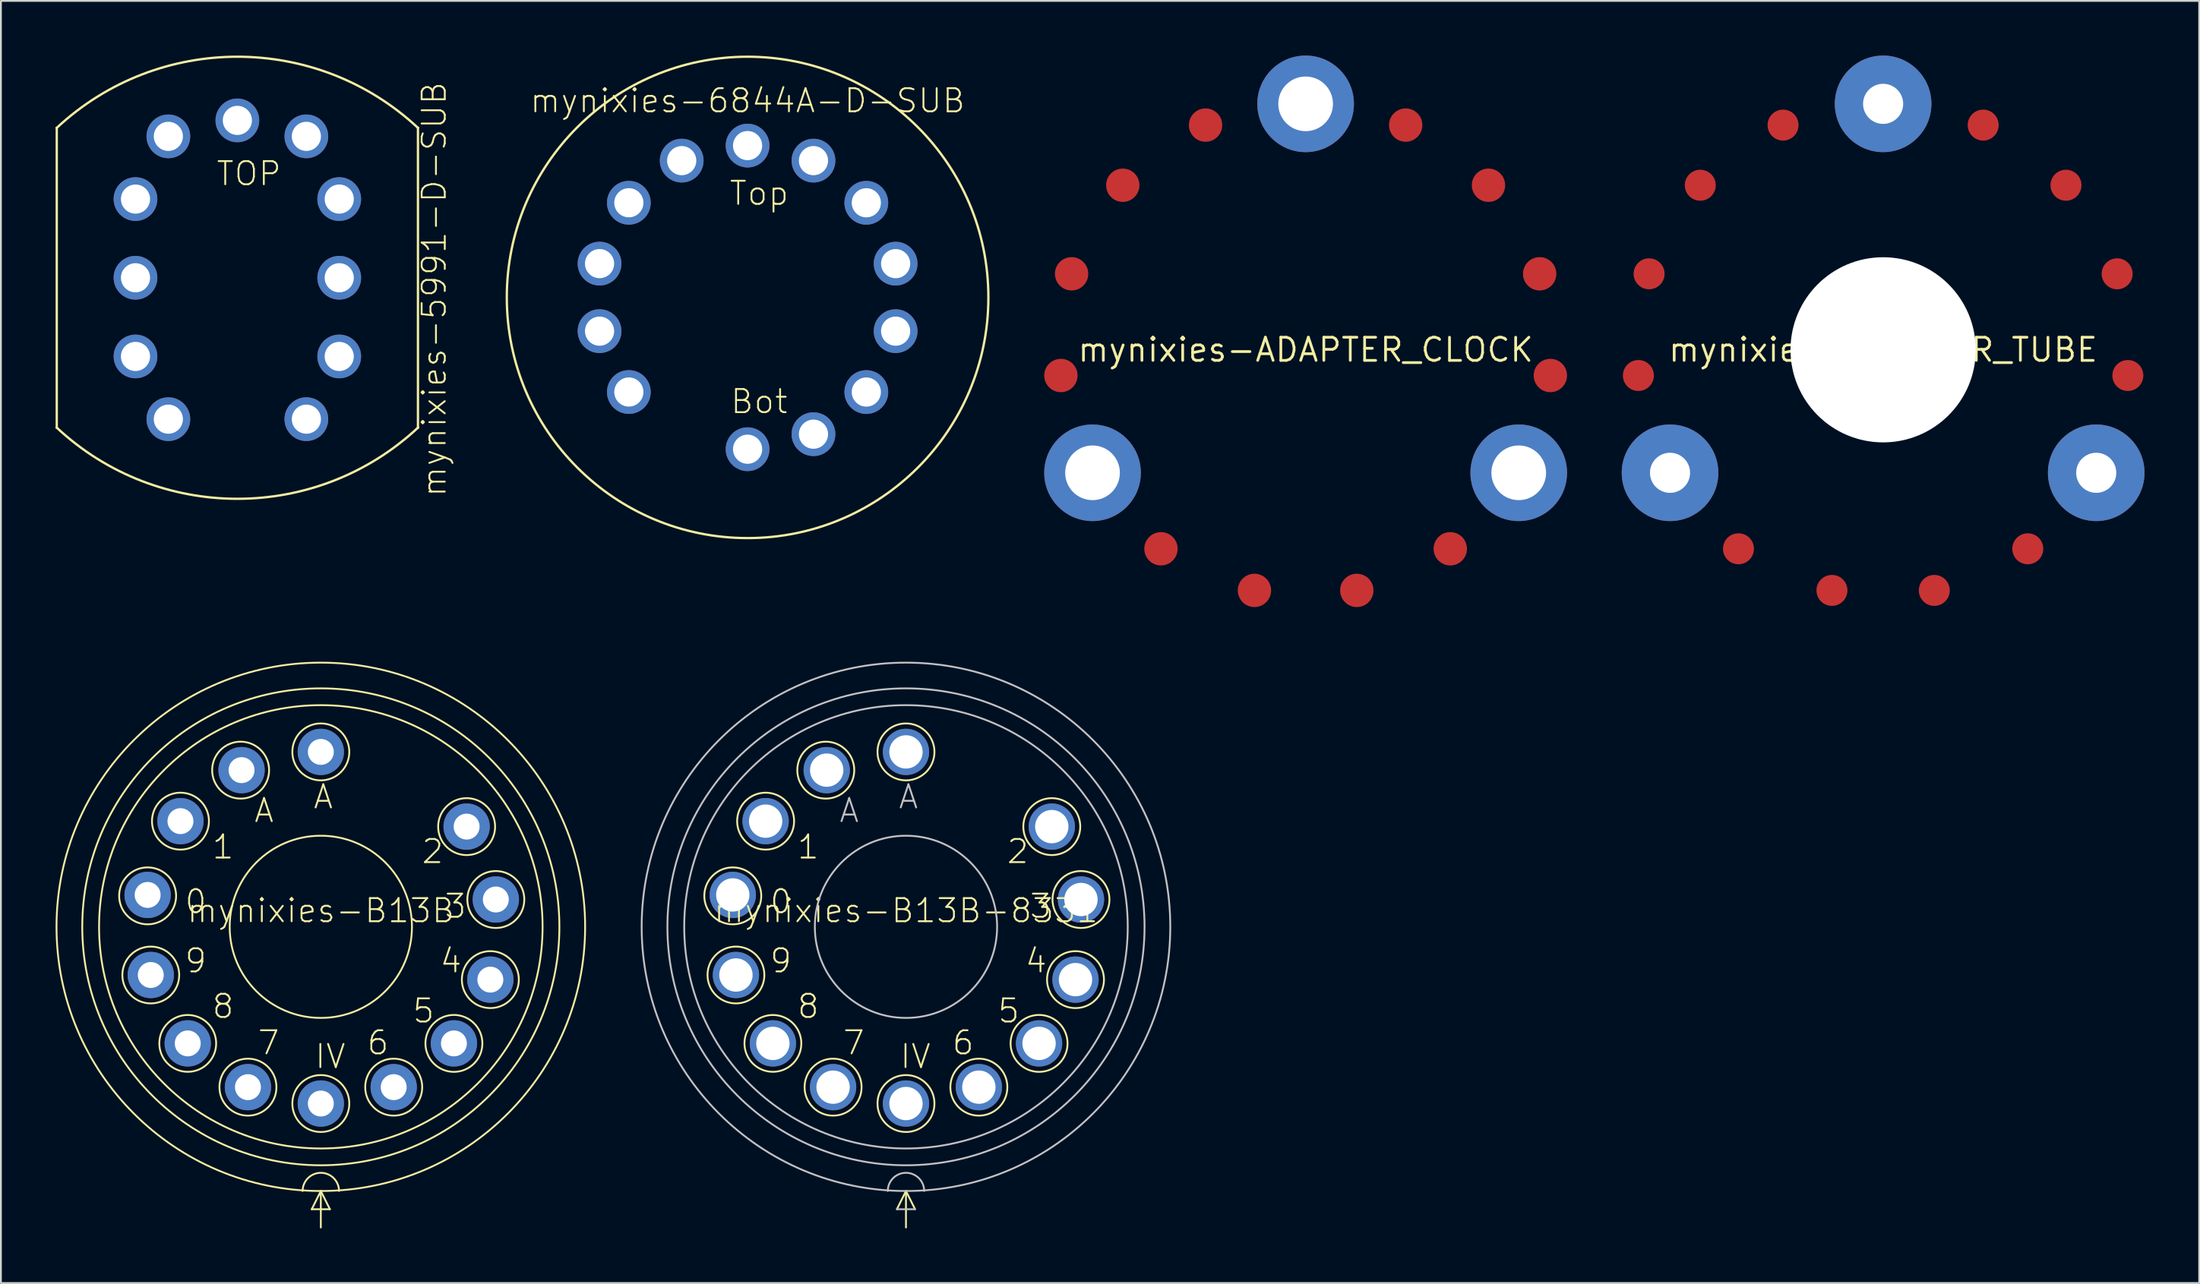
<source format=kicad_pcb>
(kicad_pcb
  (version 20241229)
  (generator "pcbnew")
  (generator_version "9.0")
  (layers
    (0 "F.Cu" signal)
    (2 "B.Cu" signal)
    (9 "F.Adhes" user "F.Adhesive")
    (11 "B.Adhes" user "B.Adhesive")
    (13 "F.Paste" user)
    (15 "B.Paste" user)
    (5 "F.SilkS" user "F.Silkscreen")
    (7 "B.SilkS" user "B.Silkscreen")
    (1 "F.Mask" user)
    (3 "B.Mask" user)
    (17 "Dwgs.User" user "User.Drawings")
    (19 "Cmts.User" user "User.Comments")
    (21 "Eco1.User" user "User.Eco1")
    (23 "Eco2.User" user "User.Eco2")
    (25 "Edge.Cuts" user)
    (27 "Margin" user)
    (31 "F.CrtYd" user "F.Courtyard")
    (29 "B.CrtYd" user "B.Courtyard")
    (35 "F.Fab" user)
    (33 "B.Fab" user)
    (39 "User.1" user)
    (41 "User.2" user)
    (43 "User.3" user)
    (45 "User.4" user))
  (footprint "mynixies-ADAPTER_CLOCK"
    (layer "F.Cu")
    (at 68.567 16.147)
    (property "Reference" "mynixies-ADAPTER_CLOCK" (at 0 0 0) (layer "F.SilkS") (effects (font (size 1.27 1.27) (thickness 0.15))))
    (attr smd)
    (pad "P$1" thru_hole circle (at 0 -13.498) (size 5.298 5.298) (drill 3) (layers "*.Cu" "*.Mask"))
    (pad "P$2" thru_hole circle (at -11.689 6.749) (size 5.298 5.298) (drill 3) (layers "*.Cu" "*.Mask"))
    (pad "P$3" thru_hole circle (at 11.689 6.749) (size 5.298 5.298) (drill 3) (layers "*.Cu" "*.Mask"))
    (pad "P$4" smd circle (at 12.837 -4.171) (size 1.829 1.829) (layers "F.Cu" "F.Mask" "F.Paste"))
    (pad "P$5" smd circle (at 10.03 -9.032) (size 1.829 1.829) (layers "F.Cu" "F.Mask" "F.Paste"))
    (pad "P$6" smd circle (at 5.489 -12.332) (size 1.829 1.829) (layers "F.Cu" "F.Mask" "F.Paste"))
    (pad "P$7" smd circle (at -5.489 -12.332) (size 1.829 1.829) (layers "F.Cu" "F.Mask" "F.Paste"))
    (pad "P$8" smd circle (at -10.03 -9.032) (size 1.829 1.829) (layers "F.Cu" "F.Mask" "F.Paste"))
    (pad "P$9" smd circle (at -12.837 -4.171) (size 1.829 1.829) (layers "F.Cu" "F.Mask" "F.Paste"))
    (pad "P$10" smd circle (at -13.424 1.41) (size 1.829 1.829) (layers "F.Cu" "F.Mask" "F.Paste"))
    (pad "P$11" smd circle (at -7.935 10.919) (size 1.829 1.829) (layers "F.Cu" "F.Mask" "F.Paste"))
    (pad "P$12" smd circle (at -2.807 13.203) (size 1.829 1.829) (layers "F.Cu" "F.Mask" "F.Paste"))
    (pad "P$13" smd circle (at 2.807 13.203) (size 1.829 1.829) (layers "F.Cu" "F.Mask" "F.Paste"))
    (pad "P$14" smd circle (at 7.935 10.919) (size 1.829 1.829) (layers "F.Cu" "F.Mask" "F.Paste"))
    (pad "P$15" smd circle (at 13.424 1.41) (size 1.829 1.829) (layers "F.Cu" "F.Mask" "F.Paste")))
  (footprint "mynixies-ADAPTER_TUBE"
    (layer "F.Cu")
    (at 100.244 16.147)
    (property "Reference" "mynixies-ADAPTER_TUBE" (at 0 0 0) (layer "F.SilkS") (effects (font (size 1.27 1.27) (thickness 0.15))))
    (attr smd)
    (pad "" np_thru_hole circle (at 0 0) (size 10.16 10.16) (drill 10.16) (layers "*.Cu" "*.Mask"))
    (pad "P$1" thru_hole circle (at 0 -13.498) (size 5.298 5.298) (drill 2.2) (layers "*.Cu" "*.Mask"))
    (pad "P$2" thru_hole circle (at -11.689 6.749) (size 5.298 5.298) (drill 2.2) (layers "*.Cu" "*.Mask"))
    (pad "P$3" thru_hole circle (at 11.689 6.749) (size 5.298 5.298) (drill 2.2) (layers "*.Cu" "*.Mask"))
    (pad "P$4" smd circle (at 12.837 -4.171) (size 1.699 1.699) (layers "F.Cu" "F.Mask" "F.Paste"))
    (pad "P$5" smd circle (at 10.03 -9.032) (size 1.699 1.699) (layers "F.Cu" "F.Mask" "F.Paste"))
    (pad "P$6" smd circle (at 5.489 -12.332) (size 1.699 1.699) (layers "F.Cu" "F.Mask" "F.Paste"))
    (pad "P$7" smd circle (at -5.489 -12.332) (size 1.699 1.699) (layers "F.Cu" "F.Mask" "F.Paste"))
    (pad "P$8" smd circle (at -10.03 -9.032) (size 1.699 1.699) (layers "F.Cu" "F.Mask" "F.Paste"))
    (pad "P$9" smd circle (at -12.837 -4.171) (size 1.699 1.699) (layers "F.Cu" "F.Mask" "F.Paste"))
    (pad "P$10" smd circle (at -13.424 1.41) (size 1.699 1.699) (layers "F.Cu" "F.Mask" "F.Paste"))
    (pad "P$11" smd circle (at -7.935 10.919) (size 1.699 1.699) (layers "F.Cu" "F.Mask" "F.Paste"))
    (pad "P$12" smd circle (at -2.807 13.203) (size 1.699 1.699) (layers "F.Cu" "F.Mask" "F.Paste"))
    (pad "P$13" smd circle (at 2.807 13.203) (size 1.699 1.699) (layers "F.Cu" "F.Mask" "F.Paste"))
    (pad "P$14" smd circle (at 7.935 10.919) (size 1.699 1.699) (layers "F.Cu" "F.Mask" "F.Paste"))
    (pad "P$15" smd circle (at 13.424 1.41) (size 1.699 1.699) (layers "F.Cu" "F.Mask" "F.Paste")))
  (footprint "mynixies-5991-D-SUB"
    (layer "F.Cu")
    (at 9.97 12.193)
    (property "Reference" "mynixies-5991-D-SUB" (at 10.795 0.635 270) (layer "F.SilkS") (effects (font (size 1.27 1.27) (thickness 0.102))))
    (attr exclude_from_pos_files exclude_from_bom)
    (fp_line (start -9.906 -8.227) (end -9.906 -8.227) (stroke (width 0.127) (type solid)) (layer "F.SilkS"))
    (fp_line (start -9.906 -8.227) (end -9.906 8.227) (stroke (width 0.127) (type solid)) (layer "F.SilkS"))
    (fp_line (start -9.906 8.227) (end -9.906 8.227) (stroke (width 0.127) (type solid)) (layer "F.SilkS"))
    (fp_line (start 9.906 -8.227) (end 9.906 -8.227) (stroke (width 0.127) (type solid)) (layer "F.SilkS"))
    (fp_line (start 9.906 -8.227) (end 9.906 8.227) (stroke (width 0.127) (type solid)) (layer "F.SilkS"))
    (fp_line (start 9.906 8.227) (end 9.906 8.227) (stroke (width 0.127) (type solid)) (layer "F.SilkS"))
    (fp_arc (start -9.906 -8.22706) (mid -0.002145 -12.129982) (end 9.902863 -8.229985) (stroke (width 0.127) (type solid)) (layer "F.SilkS"))
    (fp_arc (start 9.906 8.22706) (mid 0.002145 12.129982) (end -9.902863 8.229985) (stroke (width 0.127) (type solid)) (layer "F.SilkS"))
    (fp_text user "TOP" (at 0.635 -5.715 0) (layer "F.SilkS") (effects (font (size 1.27 1.27) (thickness 0.102))))
    (pad "0" thru_hole circle (at 5.588 4.318) (size 2.398 2.398) (drill 1.598) (layers "*.Cu" "*.Mask"))
    (pad "1" thru_hole circle (at -3.785 7.76) (size 2.398 2.398) (drill 1.598) (layers "*.Cu" "*.Mask"))
    (pad "2" thru_hole circle (at -5.588 4.318) (size 2.398 2.398) (drill 1.598) (layers "*.Cu" "*.Mask"))
    (pad "3" thru_hole circle (at -5.588 0) (size 2.398 2.398) (drill 1.598) (layers "*.Cu" "*.Mask"))
    (pad "4" thru_hole circle (at -5.588 -4.318) (size 2.398 2.398) (drill 1.598) (layers "*.Cu" "*.Mask"))
    (pad "5" thru_hole circle (at -3.785 -7.76) (size 2.398 2.398) (drill 1.598) (layers "*.Cu" "*.Mask"))
    (pad "6" thru_hole circle (at 0 -8.636) (size 2.398 2.398) (drill 1.598) (layers "*.Cu" "*.Mask"))
    (pad "7" thru_hole circle (at 3.785 -7.76) (size 2.398 2.398) (drill 1.598) (layers "*.Cu" "*.Mask"))
    (pad "8" thru_hole circle (at 5.588 -4.318) (size 2.398 2.398) (drill 1.598) (layers "*.Cu" "*.Mask"))
    (pad "9" thru_hole circle (at 5.588 0) (size 2.398 2.398) (drill 1.598) (layers "*.Cu" "*.Mask"))
    (pad "A" thru_hole circle (at 3.785 7.76) (size 2.398 2.398) (drill 1.598) (layers "*.Cu" "*.Mask")))
  (footprint "mynixies-B13B"
    (layer "F.Cu")
    (at 14.548 47.812)
    (property "Reference" "mynixies-B13B" (at 0 -0.889 0) (layer "F.SilkS") (effects (font (size 1.27 1.27) (thickness 0.102))))
    (attr exclude_from_pos_files exclude_from_bom)
    (fp_line (start -0.498 15.499) (end 0.498 15.499) (stroke (width 0.1) (type solid)) (layer "F.SilkS"))
    (fp_line (start 0 14.498) (end -0.498 15.499) (stroke (width 0.1) (type solid)) (layer "F.SilkS"))
    (fp_line (start 0 14.498) (end 0 16.5) (stroke (width 0.1) (type solid)) (layer "F.SilkS"))
    (fp_line (start 0.498 15.499) (end 0 14.498) (stroke (width 0.1) (type solid)) (layer "F.SilkS"))
    (fp_arc (start -0.99822 14.49832) (mid 0 13.5001) (end 0.99822 14.49832) (stroke (width 0.1) (type solid)) (layer "F.SilkS"))
    (fp_circle (center -9.5 -1.699) (end -9.5 -3.261) (stroke (width 0.1) (type solid)) (fill no) (layer "F.SilkS"))
    (fp_circle (center -9.327 2.644) (end -9.327 1.085) (stroke (width 0.1) (type solid)) (fill no) (layer "F.SilkS"))
    (fp_circle (center -7.699 -5.799) (end -7.699 -7.361) (stroke (width 0.1) (type solid)) (fill no) (layer "F.SilkS"))
    (fp_circle (center -7.3 6.398) (end -7.3 4.839) (stroke (width 0.1) (type solid)) (fill no) (layer "F.SilkS"))
    (fp_circle (center -4.399 -8.598) (end -4.399 -10.16) (stroke (width 0.1) (type solid)) (fill no) (layer "F.SilkS"))
    (fp_circle (center -3.998 8.799) (end -3.998 7.236) (stroke (width 0.1) (type solid)) (fill no) (layer "F.SilkS"))
    (fp_circle (center 0 -9.599) (end 0 -11.161) (stroke (width 0.1) (type solid)) (fill no) (layer "F.SilkS"))
    (fp_circle (center 0 0) (end 0 -14.498) (stroke (width 0.1) (type solid)) (fill no) (layer "F.SilkS"))
    (fp_circle (center 0 0) (end 0 -13.086) (stroke (width 0.1) (type solid)) (fill no) (layer "F.SilkS"))
    (fp_circle (center 0 0) (end 0 -12.164) (stroke (width 0.1) (type solid)) (fill no) (layer "F.SilkS"))
    (fp_circle (center 0 0) (end 0 -4.999) (stroke (width 0.1) (type solid)) (fill no) (layer "F.SilkS"))
    (fp_circle (center 0 9.698) (end 0 8.136) (stroke (width 0.1) (type solid)) (fill no) (layer "F.SilkS"))
    (fp_circle (center 3.998 8.799) (end 3.998 7.236) (stroke (width 0.1) (type solid)) (fill no) (layer "F.SilkS"))
    (fp_circle (center 7.3 6.398) (end 7.3 4.836) (stroke (width 0.1) (type solid)) (fill no) (layer "F.SilkS"))
    (fp_circle (center 7.998 -5.499) (end 7.998 -7.061) (stroke (width 0.1) (type solid)) (fill no) (layer "F.SilkS"))
    (fp_circle (center 9.299 2.898) (end 9.299 1.336) (stroke (width 0.1) (type solid)) (fill no) (layer "F.SilkS"))
    (fp_circle (center 9.599 -1.499) (end 9.599 -3.061) (stroke (width 0.1) (type solid)) (fill no) (layer "F.SilkS"))
    (fp_text user "9" (at -6.863 1.864 0) (layer "F.SilkS") (effects (font (size 1.27 1.27) (thickness 0.102))))
    (fp_text user "8" (at -5.364 4.364 0) (layer "F.SilkS") (effects (font (size 1.27 1.27) (thickness 0.102))))
    (fp_text user "5" (at 5.634 4.613 0) (layer "F.SilkS") (effects (font (size 1.27 1.27) (thickness 0.102))))
    (fp_text user "IV" (at 0.518 7.115 0) (layer "F.SilkS") (effects (font (size 1.27 1.27) (thickness 0.102))))
    (fp_text user "A" (at -3.114 -6.383 0) (layer "F.SilkS") (effects (font (size 1.27 1.27) (thickness 0.102))))
    (fp_text user "1" (at -5.364 -4.384 0) (layer "F.SilkS") (effects (font (size 1.27 1.27) (thickness 0.102))))
    (fp_text user "6" (at 3.134 6.363 0) (layer "F.SilkS") (effects (font (size 1.27 1.27) (thickness 0.102))))
    (fp_text user "3" (at 7.384 -1.133 0) (layer "F.SilkS") (effects (font (size 1.27 1.27) (thickness 0.102))))
    (fp_text user "0" (at -6.863 -1.384 0) (layer "F.SilkS") (effects (font (size 1.27 1.27) (thickness 0.102))))
    (fp_text user "4" (at 7.135 1.864 0) (layer "F.SilkS") (effects (font (size 1.27 1.27) (thickness 0.102))))
    (fp_text user "2" (at 6.134 -4.133 0) (layer "F.SilkS") (effects (font (size 1.27 1.27) (thickness 0.102))))
    (fp_text user "7" (at -2.863 6.363 0) (layer "F.SilkS") (effects (font (size 1.27 1.27) (thickness 0.102))))
    (fp_text user "A" (at 0.135 -7.135 0) (layer "F.SilkS") (effects (font (size 1.27 1.27) (thickness 0.102))))
    (pad "0" thru_hole circle (at -9.5 -1.75) (size 2.54 2.54) (drill 1.422) (layers "*.Cu" "*.Mask"))
    (pad "1" thru_hole circle (at -7.699 -5.799) (size 2.54 2.54) (drill 1.422) (layers "*.Cu" "*.Mask"))
    (pad "2" thru_hole circle (at 7.998 -5.499) (size 2.54 2.54) (drill 1.422) (layers "*.Cu" "*.Mask"))
    (pad "3" thru_hole circle (at 9.599 -1.499) (size 2.54 2.54) (drill 1.422) (layers "*.Cu" "*.Mask"))
    (pad "4" thru_hole circle (at 9.299 2.898) (size 2.54 2.54) (drill 1.422) (layers "*.Cu" "*.Mask"))
    (pad "5" thru_hole circle (at 7.3 6.398) (size 2.54 2.54) (drill 1.422) (layers "*.Cu" "*.Mask"))
    (pad "6" thru_hole circle (at 3.998 8.799) (size 2.54 2.54) (drill 1.422) (layers "*.Cu" "*.Mask"))
    (pad "7" thru_hole circle (at -3.998 8.799) (size 2.54 2.54) (drill 1.422) (layers "*.Cu" "*.Mask"))
    (pad "8" thru_hole circle (at -7.3 6.398) (size 2.54 2.54) (drill 1.422) (layers "*.Cu" "*.Mask"))
    (pad "9" thru_hole circle (at -9.327 2.644) (size 2.54 2.54) (drill 1.422) (layers "*.Cu" "*.Mask"))
    (pad "A" thru_hole circle (at 0 -9.599) (size 2.54 2.54) (drill 1.422) (layers "*.Cu" "*.Mask"))
    (pad "A1" thru_hole circle (at -4.348 -8.598) (size 2.54 2.54) (drill 1.422) (layers "*.Cu" "*.Mask"))
    (pad "IV" thru_hole circle (at 0 9.698) (size 2.54 2.54) (drill 1.422) (layers "*.Cu" "*.Mask")))
  (footprint "mynixies-6844A-D-SUB"
    (layer "F.Cu")
    (at 37.957 13.271)
    (property "Reference" "mynixies-6844A-D-SUB" (at 0 -10.795 0) (layer "F.SilkS") (effects (font (size 1.27 1.27) (thickness 0.102))))
    (attr exclude_from_pos_files exclude_from_bom)
    (fp_circle (center 0 0) (end 0 -13.208) (stroke (width 0.127) (type solid)) (fill no) (layer "F.SilkS"))
    (fp_text user "Top" (at 0.635 -5.715 0) (layer "F.SilkS") (effects (font (size 1.27 1.27) (thickness 0.102))))
    (fp_text user "Bot" (at 0.635 5.715 0) (layer "F.SilkS") (effects (font (size 1.27 1.27) (thickness 0.102))))
    (pad "0" thru_hole circle (at 6.513 5.194) (size 2.4 2.4) (drill 1.6) (layers "*.Cu" "*.Mask"))
    (pad "1" thru_hole circle (at -6.513 5.192) (size 2.4 2.4) (drill 1.6) (layers "*.Cu" "*.Mask"))
    (pad "2" thru_hole circle (at -8.12 1.852) (size 2.4 2.4) (drill 1.6) (layers "*.Cu" "*.Mask"))
    (pad "3" thru_hole circle (at -8.12 -1.854) (size 2.4 2.4) (drill 1.6) (layers "*.Cu" "*.Mask"))
    (pad "4" thru_hole circle (at -6.513 -5.194) (size 2.4 2.4) (drill 1.6) (layers "*.Cu" "*.Mask"))
    (pad "5" thru_hole circle (at -3.614 -7.506) (size 2.4 2.4) (drill 1.6) (layers "*.Cu" "*.Mask"))
    (pad "6" thru_hole circle (at 3.614 -7.506) (size 2.4 2.4) (drill 1.6) (layers "*.Cu" "*.Mask"))
    (pad "7" thru_hole circle (at 6.513 -5.192) (size 2.4 2.4) (drill 1.6) (layers "*.Cu" "*.Mask"))
    (pad "8" thru_hole circle (at 8.12 -1.852) (size 2.4 2.4) (drill 1.6) (layers "*.Cu" "*.Mask"))
    (pad "9" thru_hole circle (at 8.12 1.852) (size 2.4 2.4) (drill 1.6) (layers "*.Cu" "*.Mask"))
    (pad "A" thru_hole circle (at 3.614 7.506) (size 2.4 2.4) (drill 1.6) (layers "*.Cu" "*.Mask"))
    (pad "DP" thru_hole circle (at 0 -8.331) (size 2.4 2.4) (drill 1.6) (layers "*.Cu" "*.Mask"))
    (pad "N/C" thru_hole circle (at 0 8.331) (size 2.4 2.4) (drill 1.6) (layers "*.Cu" "*.Mask")))
  (footprint "mynixies-B13B-8331"
    (layer "F.Cu")
    (at 46.645 47.812)
    (property "Reference" "mynixies-B13B-8331" (at 0 -0.889 0) (layer "F.SilkS") (effects (font (size 1.27 1.27) (thickness 0.102))))
    (attr exclude_from_pos_files exclude_from_bom)
    (fp_line (start 0 14.498) (end -0.498 15.499) (stroke (width 0.1) (type solid)) (layer "F.SilkS"))
    (fp_line (start 0 14.498) (end 0 16.5) (stroke (width 0.1) (type solid)) (layer "F.SilkS"))
    (fp_line (start 0.498 15.499) (end 0 14.498) (stroke (width 0.1) (type solid)) (layer "F.SilkS"))
    (fp_circle (center -9.5 -1.699) (end -9.5 -3.261) (stroke (width 0.1) (type solid)) (fill no) (layer "F.SilkS"))
    (fp_circle (center -9.327 2.644) (end -9.327 1.085) (stroke (width 0.1) (type solid)) (fill no) (layer "F.SilkS"))
    (fp_circle (center -7.699 -5.799) (end -7.699 -7.361) (stroke (width 0.1) (type solid)) (fill no) (layer "F.SilkS"))
    (fp_circle (center -7.3 6.398) (end -7.3 4.839) (stroke (width 0.1) (type solid)) (fill no) (layer "F.SilkS"))
    (fp_circle (center -4.399 -8.598) (end -4.399 -10.16) (stroke (width 0.1) (type solid)) (fill no) (layer "F.SilkS"))
    (fp_circle (center -3.998 8.799) (end -3.998 7.236) (stroke (width 0.1) (type solid)) (fill no) (layer "F.SilkS"))
    (fp_circle (center 0 -9.599) (end 0 -11.161) (stroke (width 0.1) (type solid)) (fill no) (layer "F.SilkS"))
    (fp_circle (center 0 9.698) (end 0 8.136) (stroke (width 0.1) (type solid)) (fill no) (layer "F.SilkS"))
    (fp_circle (center 3.998 8.799) (end 3.998 7.236) (stroke (width 0.1) (type solid)) (fill no) (layer "F.SilkS"))
    (fp_circle (center 7.3 6.398) (end 7.3 4.836) (stroke (width 0.1) (type solid)) (fill no) (layer "F.SilkS"))
    (fp_circle (center 7.998 -5.499) (end 7.998 -7.061) (stroke (width 0.1) (type solid)) (fill no) (layer "F.SilkS"))
    (fp_circle (center 9.299 2.898) (end 9.299 1.336) (stroke (width 0.1) (type solid)) (fill no) (layer "F.SilkS"))
    (fp_circle (center 9.599 -1.499) (end 9.599 -3.061) (stroke (width 0.1) (type solid)) (fill no) (layer "F.SilkS"))
    (fp_line (start -0.498 15.499) (end 0.498 15.499) (stroke (width 0.1) (type solid)) (layer "Dwgs.User"))
    (fp_arc (start -0.99822 14.49832) (mid 0 13.5001) (end 0.99822 14.49832) (stroke (width 0.1) (type solid)) (layer "Dwgs.User"))
    (fp_circle (center 0 0) (end 0 -14.498) (stroke (width 0.1) (type solid)) (fill no) (layer "Dwgs.User"))
    (fp_circle (center 0 0) (end 0 -13.086) (stroke (width 0.1) (type solid)) (fill no) (layer "Dwgs.User"))
    (fp_circle (center 0 0) (end 0 -12.164) (stroke (width 0.1) (type solid)) (fill no) (layer "Dwgs.User"))
    (fp_circle (center 0 0) (end 0 -4.999) (stroke (width 0.1) (type solid)) (fill no) (layer "Dwgs.User"))
    (fp_text user "6" (at 3.134 6.363 0) (layer "F.SilkS") (effects (font (size 1.27 1.27) (thickness 0.102))))
    (fp_text user "5" (at 5.634 4.613 0) (layer "F.SilkS") (effects (font (size 1.27 1.27) (thickness 0.102))))
    (fp_text user "IV" (at 0.518 7.115 0) (layer "F.SilkS") (effects (font (size 1.27 1.27) (thickness 0.102))))
    (fp_text user "1" (at -5.364 -4.384 0) (layer "F.SilkS") (effects (font (size 1.27 1.27) (thickness 0.102))))
    (fp_text user "9" (at -6.863 1.864 0) (layer "F.SilkS") (effects (font (size 1.27 1.27) (thickness 0.102))))
    (fp_text user "2" (at 6.134 -4.133 0) (layer "F.SilkS") (effects (font (size 1.27 1.27) (thickness 0.102))))
    (fp_text user "8" (at -5.364 4.364 0) (layer "F.SilkS") (effects (font (size 1.27 1.27) (thickness 0.102))))
    (fp_text user "0" (at -6.863 -1.384 0) (layer "F.SilkS") (effects (font (size 1.27 1.27) (thickness 0.102))))
    (fp_text user "7" (at -2.863 6.363 0) (layer "F.SilkS") (effects (font (size 1.27 1.27) (thickness 0.102))))
    (fp_text user "3" (at 7.384 -1.133 0) (layer "F.SilkS") (effects (font (size 1.27 1.27) (thickness 0.102))))
    (fp_text user "4" (at 7.135 1.864 0) (layer "F.SilkS") (effects (font (size 1.27 1.27) (thickness 0.102))))
    (fp_text user "A" (at -3.114 -6.383 0) (layer "Dwgs.User") (effects (font (size 1.27 1.27) (thickness 0.102))))
    (fp_text user "A" (at 0.135 -7.135 0) (layer "Dwgs.User") (effects (font (size 1.27 1.27) (thickness 0.102))))
    (pad "0" thru_hole circle (at -9.5 -1.75) (size 2.54 2.54) (drill 1.829) (layers "*.Cu" "*.Mask"))
    (pad "1" thru_hole circle (at -7.699 -5.799) (size 2.54 2.54) (drill 1.829) (layers "*.Cu" "*.Mask"))
    (pad "2" thru_hole circle (at 7.998 -5.499) (size 2.54 2.54) (drill 1.829) (layers "*.Cu" "*.Mask"))
    (pad "3" thru_hole circle (at 9.599 -1.499) (size 2.54 2.54) (drill 1.829) (layers "*.Cu" "*.Mask"))
    (pad "4" thru_hole circle (at 9.299 2.898) (size 2.54 2.54) (drill 1.829) (layers "*.Cu" "*.Mask"))
    (pad "5" thru_hole circle (at 7.3 6.398) (size 2.54 2.54) (drill 1.829) (layers "*.Cu" "*.Mask"))
    (pad "6" thru_hole circle (at 3.998 8.799) (size 2.54 2.54) (drill 1.829) (layers "*.Cu" "*.Mask"))
    (pad "7" thru_hole circle (at -3.998 8.799) (size 2.54 2.54) (drill 1.829) (layers "*.Cu" "*.Mask"))
    (pad "8" thru_hole circle (at -7.3 6.398) (size 2.54 2.54) (drill 1.829) (layers "*.Cu" "*.Mask"))
    (pad "9" thru_hole circle (at -9.327 2.644) (size 2.54 2.54) (drill 1.829) (layers "*.Cu" "*.Mask"))
    (pad "A" thru_hole circle (at 0 -9.599) (size 2.54 2.54) (drill 1.829) (layers "*.Cu" "*.Mask"))
    (pad "A1" thru_hole circle (at -4.348 -8.598) (size 2.54 2.54) (drill 1.829) (layers "*.Cu" "*.Mask"))
    (pad "IV" thru_hole circle (at 0 9.698) (size 2.54 2.54) (drill 1.829) (layers "*.Cu" "*.Mask")))
  (gr_rect
    (start -3 -3)
    (end 117.582 67.362)
    (stroke (width 0.1) (type default))
    (fill no)
    (layer "Edge.Cuts")))
</source>
